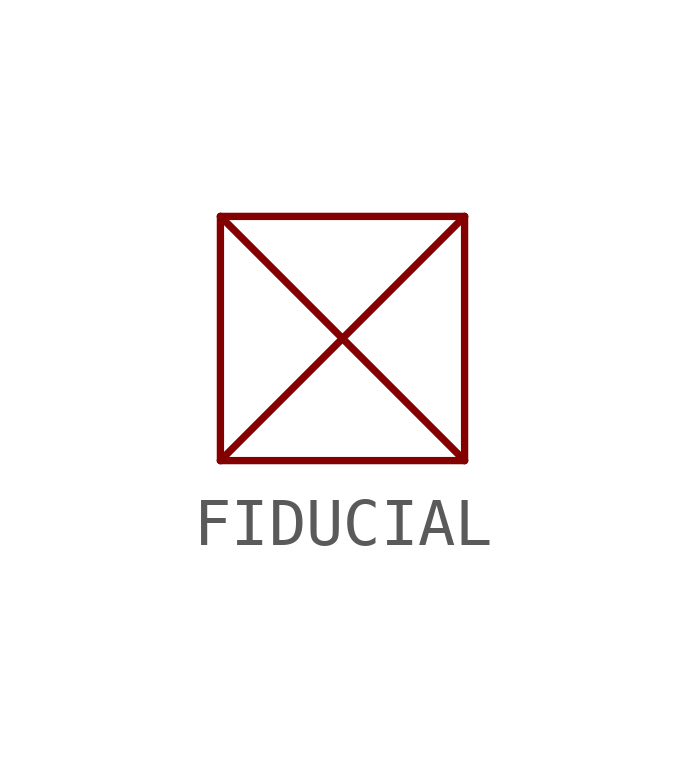
<source format=kicad_sym>
(kicad_symbol_lib
  (version 20211014)
  (generator kicad_symbol_editor)
  (symbol "FIDUCIAL"
    (pin_numbers hide)
    (pin_names
      (offset 1.016) hide)
    (property "Reference" "FUD"
      (at 0 0 0)
      (effects (font (size 1.143 1.143)) hide))
    (property "ki_locked" ""
      (at 0 0 0)
      (effects (font (size 1.27 1.27))))
    (symbol "FIDUCIAL_1_0"
      (polyline (pts (xy -2.54 -2.54) (xy -2.54 2.54)) (stroke (width 0) (type default) (color 0 0 0 0)) (fill (type none)))
      (polyline (pts (xy -2.54 -2.54) (xy 2.54 2.54)) (stroke (width 0) (type default) (color 0 0 0 0)) (fill (type none)))
      (polyline (pts (xy -2.54 2.54) (xy 2.54 -2.54)) (stroke (width 0) (type default) (color 0 0 0 0)) (fill (type none)))
      (polyline (pts (xy -2.54 2.54) (xy 2.54 2.54)) (stroke (width 0) (type default) (color 0 0 0 0)) (fill (type none)))
      (polyline (pts (xy 2.54 -2.54) (xy -2.54 -2.54)) (stroke (width 0) (type default) (color 0 0 0 0)) (fill (type none)))
      (polyline (pts (xy 2.54 2.54) (xy 2.54 -2.54)) (stroke (width 0) (type default) (color 0 0 0 0)) (fill (type none))))
    (symbol "FIDUCIAL_1_1"
      (pin unspecified line (at 0 0 0) (length 0) (name "P$1" (effects (font (size 1.016 1.016)))) (number "P$1" (effects (font (size 1.016 1.016))))))))
</source>
